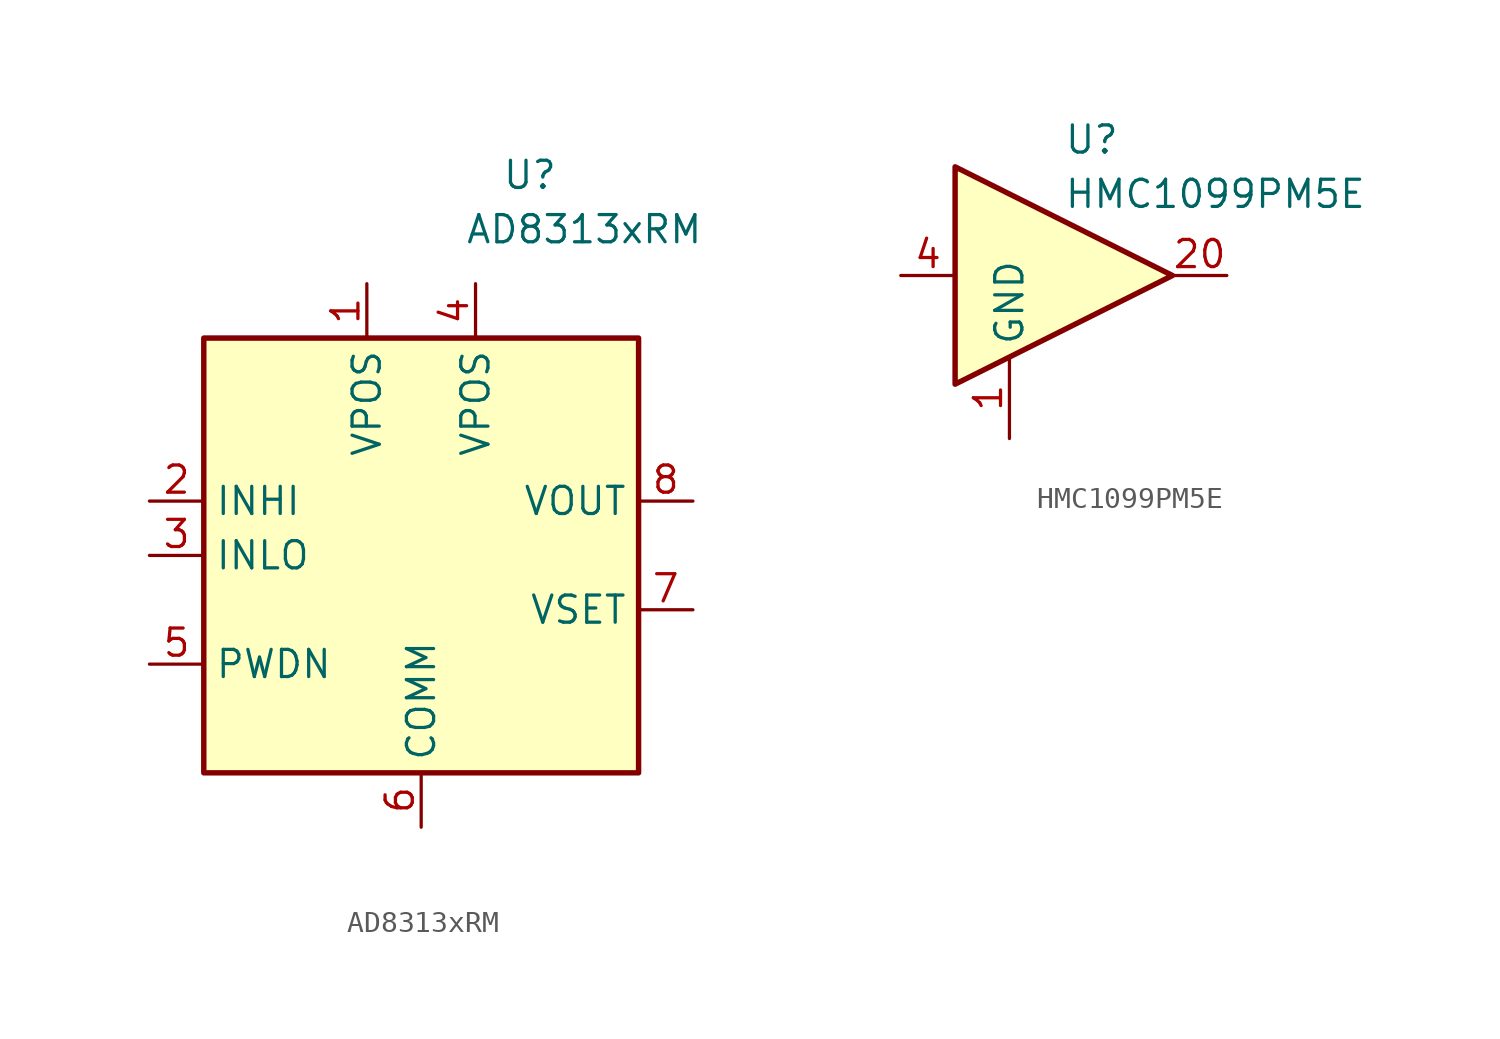
<source format=kicad_sym>
(kicad_symbol_lib
  (version 20201005)
  (generator kicad_symbol_editor)
  (symbol "AD8313xRM"
    (property "Reference" "U"
      (at 5.08 17.78 0)
      (effects (font (size 1.27 1.27))))
    (property "Value" "AD8313xRM"
      (at 7.62 15.24 0)
      (effects (font (size 1.27 1.27))))
    (symbol "AD8313xRM_0_1"
      (rectangle (start -10.16 10.16) (end 10.16 -10.16) (stroke (width 0.254)) (fill (type background))))
    (symbol "AD8313xRM_1_1"
      (pin power_in line (at -2.54 12.7 270) (length 2.54) (name "VPOS" (effects (font (size 1.27 1.27)))) (number "1" (effects (font (size 1.27 1.27)))))
      (pin input line (at -12.7 2.54 0) (length 2.54) (name "INHI" (effects (font (size 1.27 1.27)))) (number "2" (effects (font (size 1.27 1.27)))))
      (pin input line (at -12.7 0 0) (length 2.54) (name "INLO" (effects (font (size 1.27 1.27)))) (number "3" (effects (font (size 1.27 1.27)))))
      (pin power_in line (at 2.54 12.7 270) (length 2.54) (name "VPOS" (effects (font (size 1.27 1.27)))) (number "4" (effects (font (size 1.27 1.27)))))
      (pin input line (at -12.7 -5.08 0) (length 2.54) (name "PWDN" (effects (font (size 1.27 1.27)))) (number "5" (effects (font (size 1.27 1.27)))))
      (pin power_in line (at 0 -12.7 90) (length 2.54) (name "COMM" (effects (font (size 1.27 1.27)))) (number "6" (effects (font (size 1.27 1.27)))))
      (pin input line (at 12.7 -2.54 180) (length 2.54) (name "VSET" (effects (font (size 1.27 1.27)))) (number "7" (effects (font (size 1.27 1.27)))))
      (pin output line (at 12.7 2.54 180) (length 2.54) (name "VOUT" (effects (font (size 1.27 1.27)))) (number "8" (effects (font (size 1.27 1.27)))))))
  (symbol "HMC1099PM5E"
    (property "Reference" "U"
      (at 0 6.35 0)
      (effects (font (size 1.27 1.27)) (justify left)))
    (property "Value" "HMC1099PM5E"
      (at 0 3.81 0)
      (effects (font (size 1.27 1.27)) (justify left)))
    (symbol "HMC1099PM5E_1_1"
      (polyline (pts (xy 5.08 0) (xy -5.08 5.08) (xy -5.08 -5.08) (xy 5.08 0)) (stroke (width 0.254)) (fill (type background)))
      (pin power_in line (at -2.54 -7.62 90) (length 3.81) (name "GND" (effects (font (size 1.27 1.27)))) (number "1" (effects (font (size 1.27 1.27)))))
      (pin passive line (at -2.54 -7.62 90) (length 3.81) hide (name "GND" (effects (font (size 1.27 1.27)))) (number "10" (effects (font (size 1.27 1.27)))))
      (pin passive line (at -2.54 -7.62 90) (length 3.81) hide (name "GND" (effects (font (size 1.27 1.27)))) (number "11" (effects (font (size 1.27 1.27)))))
      (pin passive line (at -2.54 -7.62 90) (length 3.81) hide (name "GND" (effects (font (size 1.27 1.27)))) (number "12" (effects (font (size 1.27 1.27)))))
      (pin passive line (at -2.54 -7.62 90) (length 3.81) hide (name "GND" (effects (font (size 1.27 1.27)))) (number "13" (effects (font (size 1.27 1.27)))))
      (pin passive line (at -2.54 -7.62 90) (length 3.81) hide (name "GND" (effects (font (size 1.27 1.27)))) (number "14" (effects (font (size 1.27 1.27)))))
      (pin passive line (at -2.54 -7.62 90) (length 3.81) hide (name "GND" (effects (font (size 1.27 1.27)))) (number "15" (effects (font (size 1.27 1.27)))))
      (pin passive line (at -2.54 -7.62 90) (length 3.81) hide (name "GND" (effects (font (size 1.27 1.27)))) (number "16" (effects (font (size 1.27 1.27)))))
      (pin passive line (at -2.54 -7.62 90) (length 3.81) hide (name "GND" (effects (font (size 1.27 1.27)))) (number "17" (effects (font (size 1.27 1.27)))))
      (pin passive line (at -2.54 -7.62 90) (length 3.81) hide (name "GND" (effects (font (size 1.27 1.27)))) (number "18" (effects (font (size 1.27 1.27)))))
      (pin passive line (at -2.54 -7.62 90) (length 3.81) hide (name "GND" (effects (font (size 1.27 1.27)))) (number "19" (effects (font (size 1.27 1.27)))))
      (pin passive line (at -2.54 -7.62 90) (length 3.81) hide (name "GND" (effects (font (size 1.27 1.27)))) (number "2" (effects (font (size 1.27 1.27)))))
      (pin output line (at 7.62 0 180) (length 2.54) (name "~" (effects (font (size 1.27 1.27)))) (number "20" (effects (font (size 1.27 1.27)))))
      (pin passive line (at 7.62 0 180) (length 2.54) hide (name "~" (effects (font (size 1.27 1.27)))) (number "21" (effects (font (size 1.27 1.27)))))
      (pin passive line (at -2.54 -7.62 90) (length 3.81) hide (name "GND" (effects (font (size 1.27 1.27)))) (number "22" (effects (font (size 1.27 1.27)))))
      (pin passive line (at -2.54 -7.62 90) (length 3.81) hide (name "GND" (effects (font (size 1.27 1.27)))) (number "23" (effects (font (size 1.27 1.27)))))
      (pin passive line (at -2.54 -7.62 90) (length 3.81) hide (name "GND" (effects (font (size 1.27 1.27)))) (number "24" (effects (font (size 1.27 1.27)))))
      (pin passive line (at -2.54 -7.62 90) (length 3.81) hide (name "GND" (effects (font (size 1.27 1.27)))) (number "25" (effects (font (size 1.27 1.27)))))
      (pin passive line (at -2.54 -7.62 90) (length 3.81) hide (name "GND" (effects (font (size 1.27 1.27)))) (number "26" (effects (font (size 1.27 1.27)))))
      (pin passive line (at -2.54 -7.62 90) (length 3.81) hide (name "GND" (effects (font (size 1.27 1.27)))) (number "27" (effects (font (size 1.27 1.27)))))
      (pin passive line (at -2.54 -7.62 90) (length 3.81) hide (name "GND" (effects (font (size 1.27 1.27)))) (number "28" (effects (font (size 1.27 1.27)))))
      (pin passive line (at -2.54 -7.62 90) (length 3.81) hide (name "GND" (effects (font (size 1.27 1.27)))) (number "29" (effects (font (size 1.27 1.27)))))
      (pin passive line (at -2.54 -7.62 90) (length 3.81) hide (name "GND" (effects (font (size 1.27 1.27)))) (number "3" (effects (font (size 1.27 1.27)))))
      (pin passive line (at -2.54 -7.62 90) (length 3.81) hide (name "GND" (effects (font (size 1.27 1.27)))) (number "30" (effects (font (size 1.27 1.27)))))
      (pin passive line (at -2.54 -7.62 90) (length 3.81) hide (name "GND" (effects (font (size 1.27 1.27)))) (number "31" (effects (font (size 1.27 1.27)))))
      (pin passive line (at -2.54 -7.62 90) (length 3.81) hide (name "GND" (effects (font (size 1.27 1.27)))) (number "32" (effects (font (size 1.27 1.27)))))
      (pin passive line (at -2.54 -7.62 90) (length 3.81) hide (name "GND" (effects (font (size 1.27 1.27)))) (number "33" (effects (font (size 1.27 1.27)))))
      (pin input line (at -7.62 0 0) (length 2.54) (name "~" (effects (font (size 1.27 1.27)))) (number "4" (effects (font (size 1.27 1.27)))))
      (pin input line (at -7.62 0 0) (length 2.54) hide (name "~" (effects (font (size 1.27 1.27)))) (number "5" (effects (font (size 1.27 1.27)))))
      (pin passive line (at -2.54 -7.62 90) (length 3.81) hide (name "GND" (effects (font (size 1.27 1.27)))) (number "6" (effects (font (size 1.27 1.27)))))
      (pin passive line (at -2.54 -7.62 90) (length 3.81) hide (name "GND" (effects (font (size 1.27 1.27)))) (number "7" (effects (font (size 1.27 1.27)))))
      (pin passive line (at -2.54 -7.62 90) (length 3.81) hide (name "GND" (effects (font (size 1.27 1.27)))) (number "8" (effects (font (size 1.27 1.27)))))
      (pin passive line (at -2.54 -7.62 90) (length 3.81) hide (name "GND" (effects (font (size 1.27 1.27)))) (number "9" (effects (font (size 1.27 1.27))))))))
</source>
